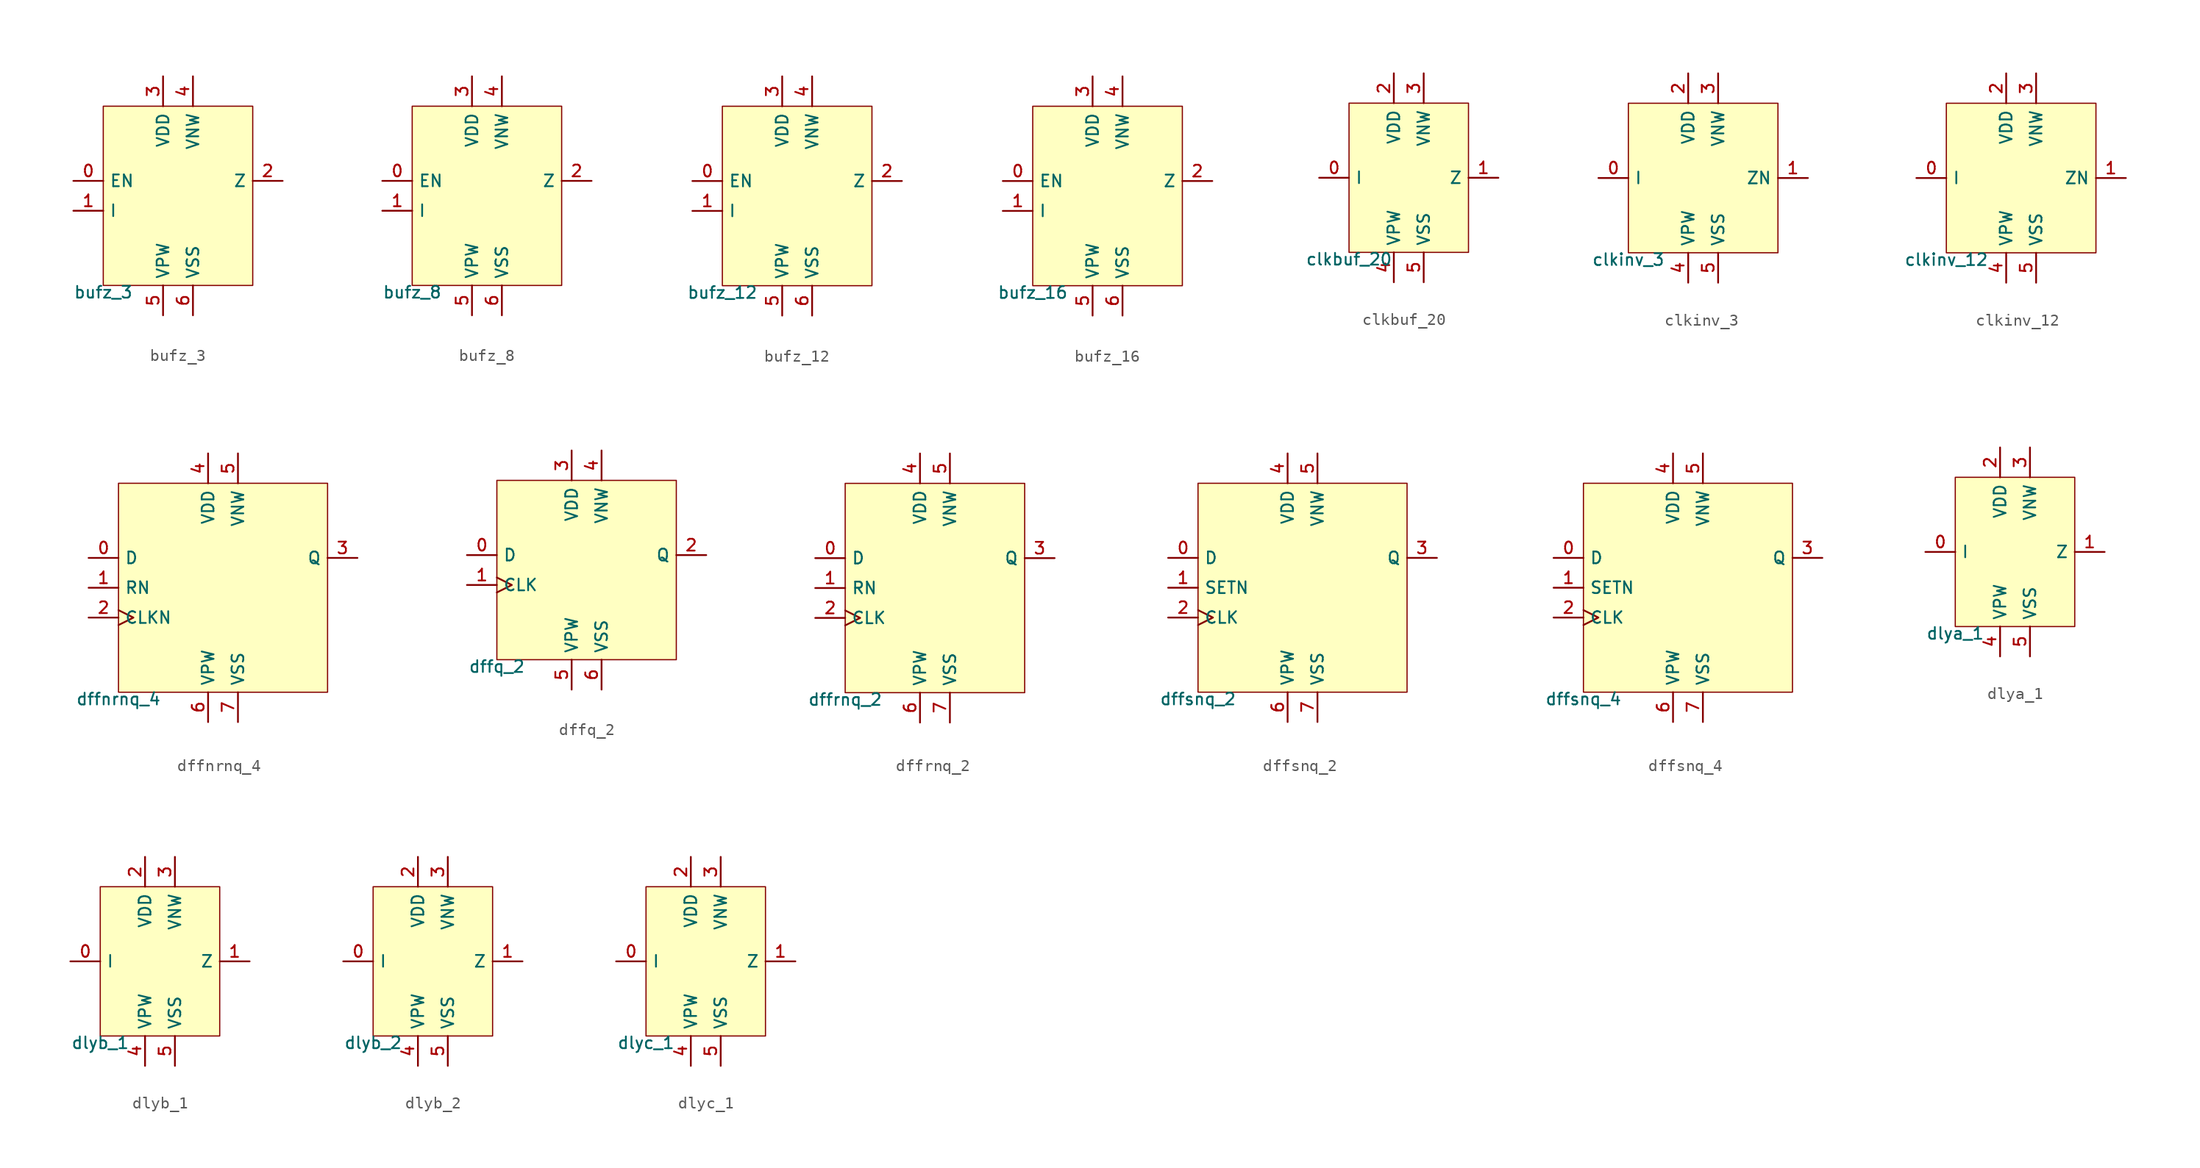
<source format=kicad_sym>
(kicad_symbol_lib
  (version 20211014)
  (generator pdk2kicad)
  (symbol "bufz_3"
    (property "Reference" "X"
      (at 0 0 0)
      (effects (font (size 1 1)) hide))
    (property "Value" "bufz_3"
      (at -6.35 -7.62 0)
      (effects (font (size 1 1)) (justify top)))
    (rectangle
      (start -6.35 -7.62)
      (end 6.35 7.62)
      (stroke (width 0.1) (type solid) (color 0 0 0 0))
      (fill (type background)))
    (pin input line
      (at -8.89 1.27 0)
      (length 2.54)
      (name "EN" (effects (font (size 1 1)) hide))
      (number "0" (effects (font (size 1 1)) hide)))
    (pin input line
      (at -8.89 -1.27 0)
      (length 2.54)
      (name "I" (effects (font (size 1 1)) hide))
      (number "1" (effects (font (size 1 1)) hide)))
    (pin output line
      (at 8.89 1.27 180)
      (length 2.54)
      (name "Z" (effects (font (size 1 1)) hide))
      (number "2" (effects (font (size 1 1)) hide)))
    (pin power_in line
      (at -1.27 10.16 270)
      (length 2.54)
      (name "VDD" (effects (font (size 1 1)) hide))
      (number "3" (effects (font (size 1 1)) hide)))
    (pin power_in line
      (at 1.27 10.16 270)
      (length 2.54)
      (name "VNW" (effects (font (size 1 1)) hide))
      (number "4" (effects (font (size 1 1)) hide)))
    (pin power_in line
      (at -1.27 -10.16 90)
      (length 2.54)
      (name "VPW" (effects (font (size 1 1)) hide))
      (number "5" (effects (font (size 1 1)) hide)))
    (pin power_in line
      (at 1.27 -10.16 90)
      (length 2.54)
      (name "VSS" (effects (font (size 1 1)) hide))
      (number "6" (effects (font (size 1 1)) hide))))
  (symbol "bufz_8"
    (property "Reference" "X"
      (at 0 0 0)
      (effects (font (size 1 1)) hide))
    (property "Value" "bufz_8"
      (at -6.35 -7.62 0)
      (effects (font (size 1 1)) (justify top)))
    (rectangle
      (start -6.35 -7.62)
      (end 6.35 7.62)
      (stroke (width 0.1) (type solid) (color 0 0 0 0))
      (fill (type background)))
    (pin input line
      (at -8.89 1.27 0)
      (length 2.54)
      (name "EN" (effects (font (size 1 1)) hide))
      (number "0" (effects (font (size 1 1)) hide)))
    (pin input line
      (at -8.89 -1.27 0)
      (length 2.54)
      (name "I" (effects (font (size 1 1)) hide))
      (number "1" (effects (font (size 1 1)) hide)))
    (pin output line
      (at 8.89 1.27 180)
      (length 2.54)
      (name "Z" (effects (font (size 1 1)) hide))
      (number "2" (effects (font (size 1 1)) hide)))
    (pin power_in line
      (at -1.27 10.16 270)
      (length 2.54)
      (name "VDD" (effects (font (size 1 1)) hide))
      (number "3" (effects (font (size 1 1)) hide)))
    (pin power_in line
      (at 1.27 10.16 270)
      (length 2.54)
      (name "VNW" (effects (font (size 1 1)) hide))
      (number "4" (effects (font (size 1 1)) hide)))
    (pin power_in line
      (at -1.27 -10.16 90)
      (length 2.54)
      (name "VPW" (effects (font (size 1 1)) hide))
      (number "5" (effects (font (size 1 1)) hide)))
    (pin power_in line
      (at 1.27 -10.16 90)
      (length 2.54)
      (name "VSS" (effects (font (size 1 1)) hide))
      (number "6" (effects (font (size 1 1)) hide))))
  (symbol "bufz_12"
    (property "Reference" "X"
      (at 0 0 0)
      (effects (font (size 1 1)) hide))
    (property "Value" "bufz_12"
      (at -6.35 -7.62 0)
      (effects (font (size 1 1)) (justify top)))
    (rectangle
      (start -6.35 -7.62)
      (end 6.35 7.62)
      (stroke (width 0.1) (type solid) (color 0 0 0 0))
      (fill (type background)))
    (pin input line
      (at -8.89 1.27 0)
      (length 2.54)
      (name "EN" (effects (font (size 1 1)) hide))
      (number "0" (effects (font (size 1 1)) hide)))
    (pin input line
      (at -8.89 -1.27 0)
      (length 2.54)
      (name "I" (effects (font (size 1 1)) hide))
      (number "1" (effects (font (size 1 1)) hide)))
    (pin output line
      (at 8.89 1.27 180)
      (length 2.54)
      (name "Z" (effects (font (size 1 1)) hide))
      (number "2" (effects (font (size 1 1)) hide)))
    (pin power_in line
      (at -1.27 10.16 270)
      (length 2.54)
      (name "VDD" (effects (font (size 1 1)) hide))
      (number "3" (effects (font (size 1 1)) hide)))
    (pin power_in line
      (at 1.27 10.16 270)
      (length 2.54)
      (name "VNW" (effects (font (size 1 1)) hide))
      (number "4" (effects (font (size 1 1)) hide)))
    (pin power_in line
      (at -1.27 -10.16 90)
      (length 2.54)
      (name "VPW" (effects (font (size 1 1)) hide))
      (number "5" (effects (font (size 1 1)) hide)))
    (pin power_in line
      (at 1.27 -10.16 90)
      (length 2.54)
      (name "VSS" (effects (font (size 1 1)) hide))
      (number "6" (effects (font (size 1 1)) hide))))
  (symbol "bufz_16"
    (property "Reference" "X"
      (at 0 0 0)
      (effects (font (size 1 1)) hide))
    (property "Value" "bufz_16"
      (at -6.35 -7.62 0)
      (effects (font (size 1 1)) (justify top)))
    (rectangle
      (start -6.35 -7.62)
      (end 6.35 7.62)
      (stroke (width 0.1) (type solid) (color 0 0 0 0))
      (fill (type background)))
    (pin input line
      (at -8.89 1.27 0)
      (length 2.54)
      (name "EN" (effects (font (size 1 1)) hide))
      (number "0" (effects (font (size 1 1)) hide)))
    (pin input line
      (at -8.89 -1.27 0)
      (length 2.54)
      (name "I" (effects (font (size 1 1)) hide))
      (number "1" (effects (font (size 1 1)) hide)))
    (pin output line
      (at 8.89 1.27 180)
      (length 2.54)
      (name "Z" (effects (font (size 1 1)) hide))
      (number "2" (effects (font (size 1 1)) hide)))
    (pin power_in line
      (at -1.27 10.16 270)
      (length 2.54)
      (name "VDD" (effects (font (size 1 1)) hide))
      (number "3" (effects (font (size 1 1)) hide)))
    (pin power_in line
      (at 1.27 10.16 270)
      (length 2.54)
      (name "VNW" (effects (font (size 1 1)) hide))
      (number "4" (effects (font (size 1 1)) hide)))
    (pin power_in line
      (at -1.27 -10.16 90)
      (length 2.54)
      (name "VPW" (effects (font (size 1 1)) hide))
      (number "5" (effects (font (size 1 1)) hide)))
    (pin power_in line
      (at 1.27 -10.16 90)
      (length 2.54)
      (name "VSS" (effects (font (size 1 1)) hide))
      (number "6" (effects (font (size 1 1)) hide))))
  (symbol "clkbuf_20"
    (property "Reference" "X"
      (at 0 0 0)
      (effects (font (size 1 1)) hide))
    (property "Value" "clkbuf_20"
      (at -5.08 -6.35 0)
      (effects (font (size 1 1)) (justify top)))
    (rectangle
      (start -5.08 -6.35)
      (end 5.08 6.35)
      (stroke (width 0.1) (type solid) (color 0 0 0 0))
      (fill (type background)))
    (pin input line
      (at -7.62 -4.440892098500626e-16 0)
      (length 2.54)
      (name "I" (effects (font (size 1 1)) hide))
      (number "0" (effects (font (size 1 1)) hide)))
    (pin output line
      (at 7.62 -4.440892098500626e-16 180)
      (length 2.54)
      (name "Z" (effects (font (size 1 1)) hide))
      (number "1" (effects (font (size 1 1)) hide)))
    (pin power_in line
      (at -1.27 8.89 270)
      (length 2.54)
      (name "VDD" (effects (font (size 1 1)) hide))
      (number "2" (effects (font (size 1 1)) hide)))
    (pin power_in line
      (at 1.27 8.89 270)
      (length 2.54)
      (name "VNW" (effects (font (size 1 1)) hide))
      (number "3" (effects (font (size 1 1)) hide)))
    (pin power_in line
      (at -1.27 -8.89 90)
      (length 2.54)
      (name "VPW" (effects (font (size 1 1)) hide))
      (number "4" (effects (font (size 1 1)) hide)))
    (pin power_in line
      (at 1.27 -8.89 90)
      (length 2.54)
      (name "VSS" (effects (font (size 1 1)) hide))
      (number "5" (effects (font (size 1 1)) hide))))
  (symbol "clkinv_3"
    (property "Reference" "X"
      (at 0 0 0)
      (effects (font (size 1 1)) hide))
    (property "Value" "clkinv_3"
      (at -6.35 -6.35 0)
      (effects (font (size 1 1)) (justify top)))
    (rectangle
      (start -6.35 -6.35)
      (end 6.35 6.35)
      (stroke (width 0.1) (type solid) (color 0 0 0 0))
      (fill (type background)))
    (pin input line
      (at -8.89 -4.440892098500626e-16 0)
      (length 2.54)
      (name "I" (effects (font (size 1 1)) hide))
      (number "0" (effects (font (size 1 1)) hide)))
    (pin output line
      (at 8.89 -4.440892098500626e-16 180)
      (length 2.54)
      (name "ZN" (effects (font (size 1 1)) hide))
      (number "1" (effects (font (size 1 1)) hide)))
    (pin power_in line
      (at -1.27 8.89 270)
      (length 2.54)
      (name "VDD" (effects (font (size 1 1)) hide))
      (number "2" (effects (font (size 1 1)) hide)))
    (pin power_in line
      (at 1.27 8.89 270)
      (length 2.54)
      (name "VNW" (effects (font (size 1 1)) hide))
      (number "3" (effects (font (size 1 1)) hide)))
    (pin power_in line
      (at -1.27 -8.89 90)
      (length 2.54)
      (name "VPW" (effects (font (size 1 1)) hide))
      (number "4" (effects (font (size 1 1)) hide)))
    (pin power_in line
      (at 1.27 -8.89 90)
      (length 2.54)
      (name "VSS" (effects (font (size 1 1)) hide))
      (number "5" (effects (font (size 1 1)) hide))))
  (symbol "clkinv_12"
    (property "Reference" "X"
      (at 0 0 0)
      (effects (font (size 1 1)) hide))
    (property "Value" "clkinv_12"
      (at -6.35 -6.35 0)
      (effects (font (size 1 1)) (justify top)))
    (rectangle
      (start -6.35 -6.35)
      (end 6.35 6.35)
      (stroke (width 0.1) (type solid) (color 0 0 0 0))
      (fill (type background)))
    (pin input line
      (at -8.89 -4.440892098500626e-16 0)
      (length 2.54)
      (name "I" (effects (font (size 1 1)) hide))
      (number "0" (effects (font (size 1 1)) hide)))
    (pin output line
      (at 8.89 -4.440892098500626e-16 180)
      (length 2.54)
      (name "ZN" (effects (font (size 1 1)) hide))
      (number "1" (effects (font (size 1 1)) hide)))
    (pin power_in line
      (at -1.27 8.89 270)
      (length 2.54)
      (name "VDD" (effects (font (size 1 1)) hide))
      (number "2" (effects (font (size 1 1)) hide)))
    (pin power_in line
      (at 1.27 8.89 270)
      (length 2.54)
      (name "VNW" (effects (font (size 1 1)) hide))
      (number "3" (effects (font (size 1 1)) hide)))
    (pin power_in line
      (at -1.27 -8.89 90)
      (length 2.54)
      (name "VPW" (effects (font (size 1 1)) hide))
      (number "4" (effects (font (size 1 1)) hide)))
    (pin power_in line
      (at 1.27 -8.89 90)
      (length 2.54)
      (name "VSS" (effects (font (size 1 1)) hide))
      (number "5" (effects (font (size 1 1)) hide))))
  (symbol "dffnrnq_4"
    (property "Reference" "X"
      (at 0 0 0)
      (effects (font (size 1 1)) hide))
    (property "Value" "dffnrnq_4"
      (at -8.89 -8.89 0)
      (effects (font (size 1 1)) (justify top)))
    (rectangle
      (start -8.89 -8.89)
      (end 8.89 8.89)
      (stroke (width 0.1) (type solid) (color 0 0 0 0))
      (fill (type background)))
    (pin input line
      (at -11.43 2.54 0)
      (length 2.54)
      (name "D" (effects (font (size 1 1)) hide))
      (number "0" (effects (font (size 1 1)) hide)))
    (pin input line
      (at -11.43 4.440892098500626e-16 0)
      (length 2.54)
      (name "RN" (effects (font (size 1 1)) hide))
      (number "1" (effects (font (size 1 1)) hide)))
    (pin input clock
      (at -11.43 -2.54 0)
      (length 2.54)
      (name "CLKN" (effects (font (size 1 1)) hide))
      (number "2" (effects (font (size 1 1)) hide)))
    (pin output line
      (at 11.43 2.54 180)
      (length 2.54)
      (name "Q" (effects (font (size 1 1)) hide))
      (number "3" (effects (font (size 1 1)) hide)))
    (pin power_in line
      (at -1.27 11.43 270)
      (length 2.54)
      (name "VDD" (effects (font (size 1 1)) hide))
      (number "4" (effects (font (size 1 1)) hide)))
    (pin power_in line
      (at 1.27 11.43 270)
      (length 2.54)
      (name "VNW" (effects (font (size 1 1)) hide))
      (number "5" (effects (font (size 1 1)) hide)))
    (pin power_in line
      (at -1.27 -11.43 90)
      (length 2.54)
      (name "VPW" (effects (font (size 1 1)) hide))
      (number "6" (effects (font (size 1 1)) hide)))
    (pin power_in line
      (at 1.27 -11.43 90)
      (length 2.54)
      (name "VSS" (effects (font (size 1 1)) hide))
      (number "7" (effects (font (size 1 1)) hide))))
  (symbol "dffq_2"
    (property "Reference" "X"
      (at 0 0 0)
      (effects (font (size 1 1)) hide))
    (property "Value" "dffq_2"
      (at -7.62 -7.62 0)
      (effects (font (size 1 1)) (justify top)))
    (rectangle
      (start -7.62 -7.62)
      (end 7.62 7.62)
      (stroke (width 0.1) (type solid) (color 0 0 0 0))
      (fill (type background)))
    (pin input line
      (at -10.16 1.27 0)
      (length 2.54)
      (name "D" (effects (font (size 1 1)) hide))
      (number "0" (effects (font (size 1 1)) hide)))
    (pin input clock
      (at -10.16 -1.27 0)
      (length 2.54)
      (name "CLK" (effects (font (size 1 1)) hide))
      (number "1" (effects (font (size 1 1)) hide)))
    (pin output line
      (at 10.16 1.27 180)
      (length 2.54)
      (name "Q" (effects (font (size 1 1)) hide))
      (number "2" (effects (font (size 1 1)) hide)))
    (pin power_in line
      (at -1.27 10.16 270)
      (length 2.54)
      (name "VDD" (effects (font (size 1 1)) hide))
      (number "3" (effects (font (size 1 1)) hide)))
    (pin power_in line
      (at 1.27 10.16 270)
      (length 2.54)
      (name "VNW" (effects (font (size 1 1)) hide))
      (number "4" (effects (font (size 1 1)) hide)))
    (pin power_in line
      (at -1.27 -10.16 90)
      (length 2.54)
      (name "VPW" (effects (font (size 1 1)) hide))
      (number "5" (effects (font (size 1 1)) hide)))
    (pin power_in line
      (at 1.27 -10.16 90)
      (length 2.54)
      (name "VSS" (effects (font (size 1 1)) hide))
      (number "6" (effects (font (size 1 1)) hide))))
  (symbol "dffrnq_2"
    (property "Reference" "X"
      (at 0 0 0)
      (effects (font (size 1 1)) hide))
    (property "Value" "dffrnq_2"
      (at -7.62 -8.89 0)
      (effects (font (size 1 1)) (justify top)))
    (rectangle
      (start -7.62 -8.89)
      (end 7.62 8.89)
      (stroke (width 0.1) (type solid) (color 0 0 0 0))
      (fill (type background)))
    (pin input line
      (at -10.16 2.54 0)
      (length 2.54)
      (name "D" (effects (font (size 1 1)) hide))
      (number "0" (effects (font (size 1 1)) hide)))
    (pin input line
      (at -10.16 4.440892098500626e-16 0)
      (length 2.54)
      (name "RN" (effects (font (size 1 1)) hide))
      (number "1" (effects (font (size 1 1)) hide)))
    (pin input clock
      (at -10.16 -2.54 0)
      (length 2.54)
      (name "CLK" (effects (font (size 1 1)) hide))
      (number "2" (effects (font (size 1 1)) hide)))
    (pin output line
      (at 10.16 2.54 180)
      (length 2.54)
      (name "Q" (effects (font (size 1 1)) hide))
      (number "3" (effects (font (size 1 1)) hide)))
    (pin power_in line
      (at -1.27 11.43 270)
      (length 2.54)
      (name "VDD" (effects (font (size 1 1)) hide))
      (number "4" (effects (font (size 1 1)) hide)))
    (pin power_in line
      (at 1.27 11.43 270)
      (length 2.54)
      (name "VNW" (effects (font (size 1 1)) hide))
      (number "5" (effects (font (size 1 1)) hide)))
    (pin power_in line
      (at -1.27 -11.43 90)
      (length 2.54)
      (name "VPW" (effects (font (size 1 1)) hide))
      (number "6" (effects (font (size 1 1)) hide)))
    (pin power_in line
      (at 1.27 -11.43 90)
      (length 2.54)
      (name "VSS" (effects (font (size 1 1)) hide))
      (number "7" (effects (font (size 1 1)) hide))))
  (symbol "dffsnq_2"
    (property "Reference" "X"
      (at 0 0 0)
      (effects (font (size 1 1)) hide))
    (property "Value" "dffsnq_2"
      (at -8.89 -8.89 0)
      (effects (font (size 1 1)) (justify top)))
    (rectangle
      (start -8.89 -8.89)
      (end 8.89 8.89)
      (stroke (width 0.1) (type solid) (color 0 0 0 0))
      (fill (type background)))
    (pin input line
      (at -11.43 2.54 0)
      (length 2.54)
      (name "D" (effects (font (size 1 1)) hide))
      (number "0" (effects (font (size 1 1)) hide)))
    (pin input line
      (at -11.43 4.440892098500626e-16 0)
      (length 2.54)
      (name "SETN" (effects (font (size 1 1)) hide))
      (number "1" (effects (font (size 1 1)) hide)))
    (pin input clock
      (at -11.43 -2.54 0)
      (length 2.54)
      (name "CLK" (effects (font (size 1 1)) hide))
      (number "2" (effects (font (size 1 1)) hide)))
    (pin output line
      (at 11.43 2.54 180)
      (length 2.54)
      (name "Q" (effects (font (size 1 1)) hide))
      (number "3" (effects (font (size 1 1)) hide)))
    (pin power_in line
      (at -1.27 11.43 270)
      (length 2.54)
      (name "VDD" (effects (font (size 1 1)) hide))
      (number "4" (effects (font (size 1 1)) hide)))
    (pin power_in line
      (at 1.27 11.43 270)
      (length 2.54)
      (name "VNW" (effects (font (size 1 1)) hide))
      (number "5" (effects (font (size 1 1)) hide)))
    (pin power_in line
      (at -1.27 -11.43 90)
      (length 2.54)
      (name "VPW" (effects (font (size 1 1)) hide))
      (number "6" (effects (font (size 1 1)) hide)))
    (pin power_in line
      (at 1.27 -11.43 90)
      (length 2.54)
      (name "VSS" (effects (font (size 1 1)) hide))
      (number "7" (effects (font (size 1 1)) hide))))
  (symbol "dffsnq_4"
    (property "Reference" "X"
      (at 0 0 0)
      (effects (font (size 1 1)) hide))
    (property "Value" "dffsnq_4"
      (at -8.89 -8.89 0)
      (effects (font (size 1 1)) (justify top)))
    (rectangle
      (start -8.89 -8.89)
      (end 8.89 8.89)
      (stroke (width 0.1) (type solid) (color 0 0 0 0))
      (fill (type background)))
    (pin input line
      (at -11.43 2.54 0)
      (length 2.54)
      (name "D" (effects (font (size 1 1)) hide))
      (number "0" (effects (font (size 1 1)) hide)))
    (pin input line
      (at -11.43 4.440892098500626e-16 0)
      (length 2.54)
      (name "SETN" (effects (font (size 1 1)) hide))
      (number "1" (effects (font (size 1 1)) hide)))
    (pin input clock
      (at -11.43 -2.54 0)
      (length 2.54)
      (name "CLK" (effects (font (size 1 1)) hide))
      (number "2" (effects (font (size 1 1)) hide)))
    (pin output line
      (at 11.43 2.54 180)
      (length 2.54)
      (name "Q" (effects (font (size 1 1)) hide))
      (number "3" (effects (font (size 1 1)) hide)))
    (pin power_in line
      (at -1.27 11.43 270)
      (length 2.54)
      (name "VDD" (effects (font (size 1 1)) hide))
      (number "4" (effects (font (size 1 1)) hide)))
    (pin power_in line
      (at 1.27 11.43 270)
      (length 2.54)
      (name "VNW" (effects (font (size 1 1)) hide))
      (number "5" (effects (font (size 1 1)) hide)))
    (pin power_in line
      (at -1.27 -11.43 90)
      (length 2.54)
      (name "VPW" (effects (font (size 1 1)) hide))
      (number "6" (effects (font (size 1 1)) hide)))
    (pin power_in line
      (at 1.27 -11.43 90)
      (length 2.54)
      (name "VSS" (effects (font (size 1 1)) hide))
      (number "7" (effects (font (size 1 1)) hide))))
  (symbol "dlya_1"
    (property "Reference" "X"
      (at 0 0 0)
      (effects (font (size 1 1)) hide))
    (property "Value" "dlya_1"
      (at -5.08 -6.35 0)
      (effects (font (size 1 1)) (justify top)))
    (rectangle
      (start -5.08 -6.35)
      (end 5.08 6.35)
      (stroke (width 0.1) (type solid) (color 0 0 0 0))
      (fill (type background)))
    (pin input line
      (at -7.62 -4.440892098500626e-16 0)
      (length 2.54)
      (name "I" (effects (font (size 1 1)) hide))
      (number "0" (effects (font (size 1 1)) hide)))
    (pin output line
      (at 7.62 -4.440892098500626e-16 180)
      (length 2.54)
      (name "Z" (effects (font (size 1 1)) hide))
      (number "1" (effects (font (size 1 1)) hide)))
    (pin power_in line
      (at -1.27 8.89 270)
      (length 2.54)
      (name "VDD" (effects (font (size 1 1)) hide))
      (number "2" (effects (font (size 1 1)) hide)))
    (pin power_in line
      (at 1.27 8.89 270)
      (length 2.54)
      (name "VNW" (effects (font (size 1 1)) hide))
      (number "3" (effects (font (size 1 1)) hide)))
    (pin power_in line
      (at -1.27 -8.89 90)
      (length 2.54)
      (name "VPW" (effects (font (size 1 1)) hide))
      (number "4" (effects (font (size 1 1)) hide)))
    (pin power_in line
      (at 1.27 -8.89 90)
      (length 2.54)
      (name "VSS" (effects (font (size 1 1)) hide))
      (number "5" (effects (font (size 1 1)) hide))))
  (symbol "dlyb_1"
    (property "Reference" "X"
      (at 0 0 0)
      (effects (font (size 1 1)) hide))
    (property "Value" "dlyb_1"
      (at -5.08 -6.35 0)
      (effects (font (size 1 1)) (justify top)))
    (rectangle
      (start -5.08 -6.35)
      (end 5.08 6.35)
      (stroke (width 0.1) (type solid) (color 0 0 0 0))
      (fill (type background)))
    (pin input line
      (at -7.62 -4.440892098500626e-16 0)
      (length 2.54)
      (name "I" (effects (font (size 1 1)) hide))
      (number "0" (effects (font (size 1 1)) hide)))
    (pin output line
      (at 7.62 -4.440892098500626e-16 180)
      (length 2.54)
      (name "Z" (effects (font (size 1 1)) hide))
      (number "1" (effects (font (size 1 1)) hide)))
    (pin power_in line
      (at -1.27 8.89 270)
      (length 2.54)
      (name "VDD" (effects (font (size 1 1)) hide))
      (number "2" (effects (font (size 1 1)) hide)))
    (pin power_in line
      (at 1.27 8.89 270)
      (length 2.54)
      (name "VNW" (effects (font (size 1 1)) hide))
      (number "3" (effects (font (size 1 1)) hide)))
    (pin power_in line
      (at -1.27 -8.89 90)
      (length 2.54)
      (name "VPW" (effects (font (size 1 1)) hide))
      (number "4" (effects (font (size 1 1)) hide)))
    (pin power_in line
      (at 1.27 -8.89 90)
      (length 2.54)
      (name "VSS" (effects (font (size 1 1)) hide))
      (number "5" (effects (font (size 1 1)) hide))))
  (symbol "dlyb_2"
    (property "Reference" "X"
      (at 0 0 0)
      (effects (font (size 1 1)) hide))
    (property "Value" "dlyb_2"
      (at -5.08 -6.35 0)
      (effects (font (size 1 1)) (justify top)))
    (rectangle
      (start -5.08 -6.35)
      (end 5.08 6.35)
      (stroke (width 0.1) (type solid) (color 0 0 0 0))
      (fill (type background)))
    (pin input line
      (at -7.62 -4.440892098500626e-16 0)
      (length 2.54)
      (name "I" (effects (font (size 1 1)) hide))
      (number "0" (effects (font (size 1 1)) hide)))
    (pin output line
      (at 7.62 -4.440892098500626e-16 180)
      (length 2.54)
      (name "Z" (effects (font (size 1 1)) hide))
      (number "1" (effects (font (size 1 1)) hide)))
    (pin power_in line
      (at -1.27 8.89 270)
      (length 2.54)
      (name "VDD" (effects (font (size 1 1)) hide))
      (number "2" (effects (font (size 1 1)) hide)))
    (pin power_in line
      (at 1.27 8.89 270)
      (length 2.54)
      (name "VNW" (effects (font (size 1 1)) hide))
      (number "3" (effects (font (size 1 1)) hide)))
    (pin power_in line
      (at -1.27 -8.89 90)
      (length 2.54)
      (name "VPW" (effects (font (size 1 1)) hide))
      (number "4" (effects (font (size 1 1)) hide)))
    (pin power_in line
      (at 1.27 -8.89 90)
      (length 2.54)
      (name "VSS" (effects (font (size 1 1)) hide))
      (number "5" (effects (font (size 1 1)) hide))))
  (symbol "dlyc_1"
    (property "Reference" "X"
      (at 0 0 0)
      (effects (font (size 1 1)) hide))
    (property "Value" "dlyc_1"
      (at -5.08 -6.35 0)
      (effects (font (size 1 1)) (justify top)))
    (rectangle
      (start -5.08 -6.35)
      (end 5.08 6.35)
      (stroke (width 0.1) (type solid) (color 0 0 0 0))
      (fill (type background)))
    (pin input line
      (at -7.62 -4.440892098500626e-16 0)
      (length 2.54)
      (name "I" (effects (font (size 1 1)) hide))
      (number "0" (effects (font (size 1 1)) hide)))
    (pin output line
      (at 7.62 -4.440892098500626e-16 180)
      (length 2.54)
      (name "Z" (effects (font (size 1 1)) hide))
      (number "1" (effects (font (size 1 1)) hide)))
    (pin power_in line
      (at -1.27 8.89 270)
      (length 2.54)
      (name "VDD" (effects (font (size 1 1)) hide))
      (number "2" (effects (font (size 1 1)) hide)))
    (pin power_in line
      (at 1.27 8.89 270)
      (length 2.54)
      (name "VNW" (effects (font (size 1 1)) hide))
      (number "3" (effects (font (size 1 1)) hide)))
    (pin power_in line
      (at -1.27 -8.89 90)
      (length 2.54)
      (name "VPW" (effects (font (size 1 1)) hide))
      (number "4" (effects (font (size 1 1)) hide)))
    (pin power_in line
      (at 1.27 -8.89 90)
      (length 2.54)
      (name "VSS" (effects (font (size 1 1)) hide))
      (number "5" (effects (font (size 1 1)) hide)))))
</source>
